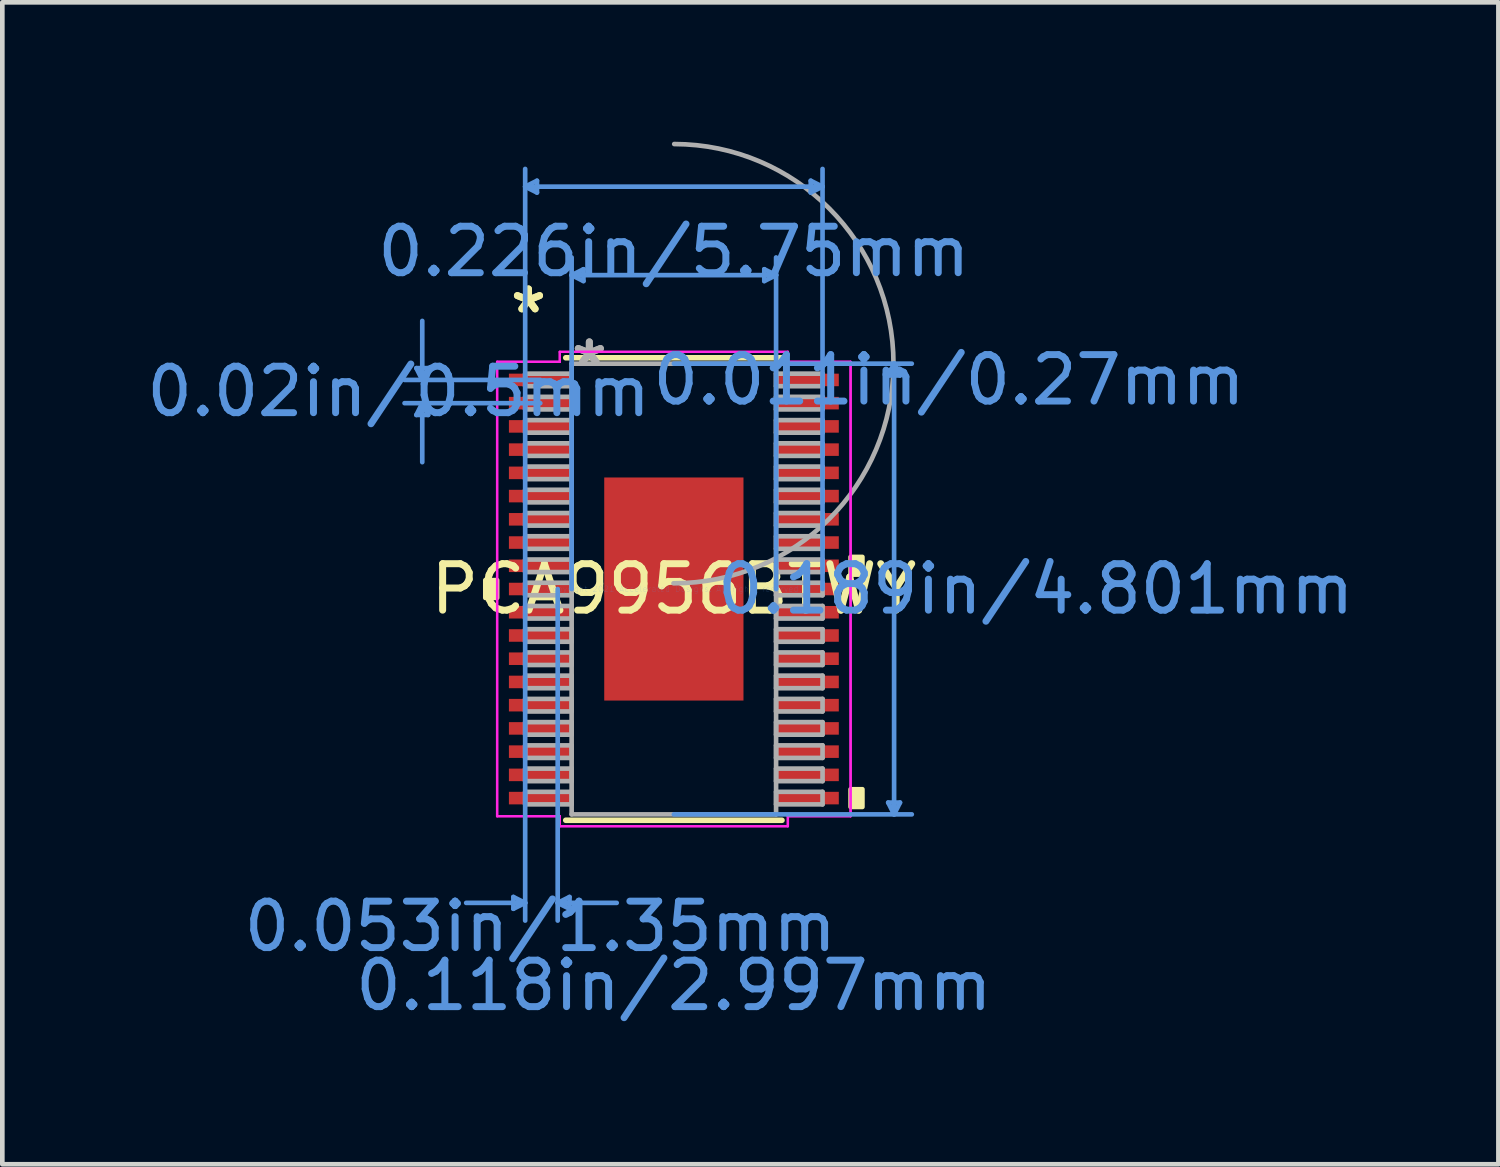
<source format=kicad_pcb>
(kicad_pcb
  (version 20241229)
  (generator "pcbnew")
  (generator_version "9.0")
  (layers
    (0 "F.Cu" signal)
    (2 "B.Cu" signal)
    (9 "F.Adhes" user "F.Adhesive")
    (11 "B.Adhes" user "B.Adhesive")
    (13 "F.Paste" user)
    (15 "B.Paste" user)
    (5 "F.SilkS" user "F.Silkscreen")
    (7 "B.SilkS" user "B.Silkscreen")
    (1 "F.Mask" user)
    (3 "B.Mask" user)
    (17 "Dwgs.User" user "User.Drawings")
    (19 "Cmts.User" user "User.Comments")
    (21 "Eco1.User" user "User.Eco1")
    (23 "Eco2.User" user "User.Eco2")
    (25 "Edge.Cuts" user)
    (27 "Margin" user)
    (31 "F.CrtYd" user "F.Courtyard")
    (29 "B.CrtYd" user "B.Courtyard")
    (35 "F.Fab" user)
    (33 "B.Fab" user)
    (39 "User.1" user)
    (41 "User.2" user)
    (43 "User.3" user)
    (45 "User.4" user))
  (footprint "PCA9956BTWY"
    (layer "F.Cu")
    (at 11.453 9.627)
    (property "Reference" "PCA9956BTWY" (at 0 0 0) (layer "F.SilkS") (effects (font (size 1 1) (thickness 0.15))))
    (attr through_hole)
    (fp_line (start -2.327 4.977) (end 2.327 4.977) (stroke (width 0.12) (type solid)) (layer "F.SilkS"))
    (fp_line (start 2.327 -4.977) (end -2.327 -4.977) (stroke (width 0.12) (type solid)) (layer "F.SilkS"))
    (fp_poly (pts (xy -4.058 -0.191) (xy -4.058 0.191) (xy -3.804 0.191) (xy -3.804 -0.191)) (stroke (width 0.1) (type solid)) (fill yes) (layer "F.SilkS"))
    (fp_poly (pts (xy 4.058 -0.691) (xy 4.058 -0.31) (xy 3.804 -0.31) (xy 3.804 -0.691)) (stroke (width 0.1) (type solid)) (fill yes) (layer "F.SilkS"))
    (fp_poly (pts (xy 4.058 4.309) (xy 4.058 4.69) (xy 3.804 4.69) (xy 3.804 4.309)) (stroke (width 0.1) (type solid)) (fill yes) (layer "F.SilkS"))
    (fp_poly (pts (xy -1.399 -2.3) (xy -1.399 -0.9) (xy -0.1 -0.9) (xy -0.1 -2.3)) (stroke (width 0.1) (type solid)) (fill yes) (layer "F.Paste"))
    (fp_poly (pts (xy -1.399 -0.7) (xy -1.399 0.7) (xy -0.1 0.7) (xy -0.1 -0.7)) (stroke (width 0.1) (type solid)) (fill yes) (layer "F.Paste"))
    (fp_poly (pts (xy -1.399 0.9) (xy -1.399 2.3) (xy -0.1 2.3) (xy -0.1 0.9)) (stroke (width 0.1) (type solid)) (fill yes) (layer "F.Paste"))
    (fp_poly (pts (xy 0.1 -2.3) (xy 0.1 -0.9) (xy 1.399 -0.9) (xy 1.399 -2.3)) (stroke (width 0.1) (type solid)) (fill yes) (layer "F.Paste"))
    (fp_poly (pts (xy 0.1 -0.7) (xy 0.1 0.7) (xy 1.399 0.7) (xy 1.399 -0.7)) (stroke (width 0.1) (type solid)) (fill yes) (layer "F.Paste"))
    (fp_poly (pts (xy 0.1 0.9) (xy 0.1 2.3) (xy 1.399 2.3) (xy 1.399 0.9)) (stroke (width 0.1) (type solid)) (fill yes) (layer "F.Paste"))
    (fp_line (start -5.542 -4.754) (end -5.288 -4.754) (stroke (width 0.1) (type solid)) (layer "Cmts.User"))
    (fp_line (start -5.542 -3.746) (end -5.288 -3.746) (stroke (width 0.1) (type solid)) (layer "Cmts.User"))
    (fp_line (start -5.415 -4.5) (end -5.542 -4.754) (stroke (width 0.1) (type solid)) (layer "Cmts.User"))
    (fp_line (start -5.415 -4.5) (end -5.415 -5.77) (stroke (width 0.1) (type solid)) (layer "Cmts.User"))
    (fp_line (start -5.415 -4.5) (end -5.288 -4.754) (stroke (width 0.1) (type solid)) (layer "Cmts.User"))
    (fp_line (start -5.415 -4) (end -5.542 -3.746) (stroke (width 0.1) (type solid)) (layer "Cmts.User"))
    (fp_line (start -5.415 -4) (end -5.415 -2.73) (stroke (width 0.1) (type solid)) (layer "Cmts.User"))
    (fp_line (start -5.415 -4) (end -5.288 -3.746) (stroke (width 0.1) (type solid)) (layer "Cmts.User"))
    (fp_line (start -3.454 6.628) (end -3.454 6.882) (stroke (width 0.1) (type solid)) (layer "Cmts.User"))
    (fp_line (start -3.2 -8.66) (end -2.946 -8.787) (stroke (width 0.1) (type solid)) (layer "Cmts.User"))
    (fp_line (start -3.2 -8.66) (end -2.946 -8.533) (stroke (width 0.1) (type solid)) (layer "Cmts.User"))
    (fp_line (start -3.2 -8.66) (end 3.2 -8.66) (stroke (width 0.1) (type solid)) (layer "Cmts.User"))
    (fp_line (start -3.2 0) (end -3.2 -9.041) (stroke (width 0.1) (type solid)) (layer "Cmts.User"))
    (fp_line (start -3.2 0) (end -3.2 7.136) (stroke (width 0.1) (type solid)) (layer "Cmts.User"))
    (fp_line (start -3.2 6.755) (end -4.47 6.755) (stroke (width 0.1) (type solid)) (layer "Cmts.User"))
    (fp_line (start -3.2 6.755) (end -3.454 6.628) (stroke (width 0.1) (type solid)) (layer "Cmts.User"))
    (fp_line (start -3.2 6.755) (end -3.454 6.882) (stroke (width 0.1) (type solid)) (layer "Cmts.User"))
    (fp_line (start -2.946 -8.787) (end -2.946 -8.533) (stroke (width 0.1) (type solid)) (layer "Cmts.User"))
    (fp_line (start -2.875 -4.5) (end -5.796 -4.5) (stroke (width 0.1) (type solid)) (layer "Cmts.User"))
    (fp_line (start -2.875 -4) (end -5.796 -4) (stroke (width 0.1) (type solid)) (layer "Cmts.User"))
    (fp_line (start -2.5 0) (end -2.5 7.136) (stroke (width 0.1) (type solid)) (layer "Cmts.User"))
    (fp_line (start -2.5 6.755) (end -2.246 6.628) (stroke (width 0.1) (type solid)) (layer "Cmts.User"))
    (fp_line (start -2.5 6.755) (end -2.246 6.882) (stroke (width 0.1) (type solid)) (layer "Cmts.User"))
    (fp_line (start -2.5 6.755) (end -1.23 6.755) (stroke (width 0.1) (type solid)) (layer "Cmts.User"))
    (fp_line (start -2.246 6.628) (end -2.246 6.882) (stroke (width 0.1) (type solid)) (layer "Cmts.User"))
    (fp_line (start -2.2 -6.755) (end -1.946 -6.882) (stroke (width 0.1) (type solid)) (layer "Cmts.User"))
    (fp_line (start -2.2 -6.755) (end -1.946 -6.628) (stroke (width 0.1) (type solid)) (layer "Cmts.User"))
    (fp_line (start -2.2 -6.755) (end 2.2 -6.755) (stroke (width 0.1) (type solid)) (layer "Cmts.User"))
    (fp_line (start -2.2 0) (end -2.2 -7.136) (stroke (width 0.1) (type solid)) (layer "Cmts.User"))
    (fp_line (start -1.946 -6.882) (end -1.946 -6.628) (stroke (width 0.1) (type solid)) (layer "Cmts.User"))
    (fp_line (start 0 -4.85) (end 5.121 -4.85) (stroke (width 0.1) (type solid)) (layer "Cmts.User"))
    (fp_line (start 0 4.85) (end 5.121 4.85) (stroke (width 0.1) (type solid)) (layer "Cmts.User"))
    (fp_line (start 1.946 -6.882) (end 1.946 -6.628) (stroke (width 0.1) (type solid)) (layer "Cmts.User"))
    (fp_line (start 2.2 -6.755) (end 1.946 -6.882) (stroke (width 0.1) (type solid)) (layer "Cmts.User"))
    (fp_line (start 2.2 -6.755) (end 1.946 -6.628) (stroke (width 0.1) (type solid)) (layer "Cmts.User"))
    (fp_line (start 2.2 0) (end 2.2 -7.136) (stroke (width 0.1) (type solid)) (layer "Cmts.User"))
    (fp_line (start 2.946 -8.787) (end 2.946 -8.533) (stroke (width 0.1) (type solid)) (layer "Cmts.User"))
    (fp_line (start 3.2 -8.66) (end 2.946 -8.787) (stroke (width 0.1) (type solid)) (layer "Cmts.User"))
    (fp_line (start 3.2 -8.66) (end 2.946 -8.533) (stroke (width 0.1) (type solid)) (layer "Cmts.User"))
    (fp_line (start 3.2 0) (end 3.2 -9.041) (stroke (width 0.1) (type solid)) (layer "Cmts.User"))
    (fp_line (start 4.613 -4.596) (end 4.867 -4.596) (stroke (width 0.1) (type solid)) (layer "Cmts.User"))
    (fp_line (start 4.613 4.596) (end 4.867 4.596) (stroke (width 0.1) (type solid)) (layer "Cmts.User"))
    (fp_line (start 4.74 -4.85) (end 4.613 -4.596) (stroke (width 0.1) (type solid)) (layer "Cmts.User"))
    (fp_line (start 4.74 -4.85) (end 4.74 4.85) (stroke (width 0.1) (type solid)) (layer "Cmts.User"))
    (fp_line (start 4.74 -4.85) (end 4.867 -4.596) (stroke (width 0.1) (type solid)) (layer "Cmts.User"))
    (fp_line (start 4.74 4.85) (end 4.613 4.596) (stroke (width 0.1) (type solid)) (layer "Cmts.User"))
    (fp_line (start 4.74 4.85) (end 4.867 4.596) (stroke (width 0.1) (type solid)) (layer "Cmts.User"))
    (fp_line (start -3.804 -4.889) (end -2.454 -4.889) (stroke (width 0.05) (type solid)) (layer "F.CrtYd"))
    (fp_line (start -3.804 -4.889) (end -2.454 -4.889) (stroke (width 0.05) (type solid)) (layer "F.CrtYd"))
    (fp_line (start -3.804 4.889) (end -3.804 -4.889) (stroke (width 0.05) (type solid)) (layer "F.CrtYd"))
    (fp_line (start -3.804 4.889) (end -3.804 -4.889) (stroke (width 0.05) (type solid)) (layer "F.CrtYd"))
    (fp_line (start -3.804 4.889) (end -2.454 4.889) (stroke (width 0.05) (type solid)) (layer "F.CrtYd"))
    (fp_line (start -2.454 -5.104) (end 2.454 -5.104) (stroke (width 0.05) (type solid)) (layer "F.CrtYd"))
    (fp_line (start -2.454 -5.104) (end 2.454 -5.104) (stroke (width 0.05) (type solid)) (layer "F.CrtYd"))
    (fp_line (start -2.454 -4.889) (end -2.454 -5.104) (stroke (width 0.05) (type solid)) (layer "F.CrtYd"))
    (fp_line (start -2.454 -4.889) (end -2.454 -5.104) (stroke (width 0.05) (type solid)) (layer "F.CrtYd"))
    (fp_line (start -2.454 4.889) (end -3.804 4.889) (stroke (width 0.05) (type solid)) (layer "F.CrtYd"))
    (fp_line (start -2.454 5.104) (end -2.454 4.889) (stroke (width 0.05) (type solid)) (layer "F.CrtYd"))
    (fp_line (start -2.454 5.104) (end -2.454 4.889) (stroke (width 0.05) (type solid)) (layer "F.CrtYd"))
    (fp_line (start 2.454 -5.104) (end 2.454 -4.889) (stroke (width 0.05) (type solid)) (layer "F.CrtYd"))
    (fp_line (start 2.454 -5.104) (end 2.454 -4.889) (stroke (width 0.05) (type solid)) (layer "F.CrtYd"))
    (fp_line (start 2.454 -4.889) (end 3.804 -4.889) (stroke (width 0.05) (type solid)) (layer "F.CrtYd"))
    (fp_line (start 2.454 4.889) (end 2.454 5.104) (stroke (width 0.05) (type solid)) (layer "F.CrtYd"))
    (fp_line (start 2.454 4.889) (end 2.454 5.104) (stroke (width 0.05) (type solid)) (layer "F.CrtYd"))
    (fp_line (start 2.454 5.104) (end -2.454 5.104) (stroke (width 0.05) (type solid)) (layer "F.CrtYd"))
    (fp_line (start 2.454 5.104) (end -2.454 5.104) (stroke (width 0.05) (type solid)) (layer "F.CrtYd"))
    (fp_line (start 3.804 -4.889) (end 2.454 -4.889) (stroke (width 0.05) (type solid)) (layer "F.CrtYd"))
    (fp_line (start 3.804 -4.889) (end 3.804 4.889) (stroke (width 0.05) (type solid)) (layer "F.CrtYd"))
    (fp_line (start 3.804 -4.889) (end 3.804 4.889) (stroke (width 0.05) (type solid)) (layer "F.CrtYd"))
    (fp_line (start 3.804 4.889) (end 2.454 4.889) (stroke (width 0.05) (type solid)) (layer "F.CrtYd"))
    (fp_line (start 3.804 4.889) (end 2.454 4.889) (stroke (width 0.05) (type solid)) (layer "F.CrtYd"))
    (fp_line (start -3.2 -4.635) (end -3.2 -4.365) (stroke (width 0.1) (type solid)) (layer "F.Fab"))
    (fp_line (start -3.2 -4.365) (end -2.2 -4.365) (stroke (width 0.1) (type solid)) (layer "F.Fab"))
    (fp_line (start -3.2 -4.135) (end -3.2 -3.865) (stroke (width 0.1) (type solid)) (layer "F.Fab"))
    (fp_line (start -3.2 -3.865) (end -2.2 -3.865) (stroke (width 0.1) (type solid)) (layer "F.Fab"))
    (fp_line (start -3.2 -3.635) (end -3.2 -3.365) (stroke (width 0.1) (type solid)) (layer "F.Fab"))
    (fp_line (start -3.2 -3.365) (end -2.2 -3.365) (stroke (width 0.1) (type solid)) (layer "F.Fab"))
    (fp_line (start -3.2 -3.135) (end -3.2 -2.865) (stroke (width 0.1) (type solid)) (layer "F.Fab"))
    (fp_line (start -3.2 -2.865) (end -2.2 -2.865) (stroke (width 0.1) (type solid)) (layer "F.Fab"))
    (fp_line (start -3.2 -2.635) (end -3.2 -2.365) (stroke (width 0.1) (type solid)) (layer "F.Fab"))
    (fp_line (start -3.2 -2.365) (end -2.2 -2.365) (stroke (width 0.1) (type solid)) (layer "F.Fab"))
    (fp_line (start -3.2 -2.135) (end -3.2 -1.865) (stroke (width 0.1) (type solid)) (layer "F.Fab"))
    (fp_line (start -3.2 -1.865) (end -2.2 -1.865) (stroke (width 0.1) (type solid)) (layer "F.Fab"))
    (fp_line (start -3.2 -1.635) (end -3.2 -1.365) (stroke (width 0.1) (type solid)) (layer "F.Fab"))
    (fp_line (start -3.2 -1.365) (end -2.2 -1.365) (stroke (width 0.1) (type solid)) (layer "F.Fab"))
    (fp_line (start -3.2 -1.135) (end -3.2 -0.865) (stroke (width 0.1) (type solid)) (layer "F.Fab"))
    (fp_line (start -3.2 -0.865) (end -2.2 -0.865) (stroke (width 0.1) (type solid)) (layer "F.Fab"))
    (fp_line (start -3.2 -0.635) (end -3.2 -0.365) (stroke (width 0.1) (type solid)) (layer "F.Fab"))
    (fp_line (start -3.2 -0.365) (end -2.2 -0.365) (stroke (width 0.1) (type solid)) (layer "F.Fab"))
    (fp_line (start -3.2 -0.135) (end -3.2 0.135) (stroke (width 0.1) (type solid)) (layer "F.Fab"))
    (fp_line (start -3.2 0.135) (end -2.2 0.135) (stroke (width 0.1) (type solid)) (layer "F.Fab"))
    (fp_line (start -3.2 0.365) (end -3.2 0.635) (stroke (width 0.1) (type solid)) (layer "F.Fab"))
    (fp_line (start -3.2 0.635) (end -2.2 0.635) (stroke (width 0.1) (type solid)) (layer "F.Fab"))
    (fp_line (start -3.2 0.865) (end -3.2 1.135) (stroke (width 0.1) (type solid)) (layer "F.Fab"))
    (fp_line (start -3.2 1.135) (end -2.2 1.135) (stroke (width 0.1) (type solid)) (layer "F.Fab"))
    (fp_line (start -3.2 1.365) (end -3.2 1.635) (stroke (width 0.1) (type solid)) (layer "F.Fab"))
    (fp_line (start -3.2 1.635) (end -2.2 1.635) (stroke (width 0.1) (type solid)) (layer "F.Fab"))
    (fp_line (start -3.2 1.865) (end -3.2 2.135) (stroke (width 0.1) (type solid)) (layer "F.Fab"))
    (fp_line (start -3.2 2.135) (end -2.2 2.135) (stroke (width 0.1) (type solid)) (layer "F.Fab"))
    (fp_line (start -3.2 2.365) (end -3.2 2.635) (stroke (width 0.1) (type solid)) (layer "F.Fab"))
    (fp_line (start -3.2 2.635) (end -2.2 2.635) (stroke (width 0.1) (type solid)) (layer "F.Fab"))
    (fp_line (start -3.2 2.865) (end -3.2 3.135) (stroke (width 0.1) (type solid)) (layer "F.Fab"))
    (fp_line (start -3.2 3.135) (end -2.2 3.135) (stroke (width 0.1) (type solid)) (layer "F.Fab"))
    (fp_line (start -3.2 3.365) (end -3.2 3.635) (stroke (width 0.1) (type solid)) (layer "F.Fab"))
    (fp_line (start -3.2 3.635) (end -2.2 3.635) (stroke (width 0.1) (type solid)) (layer "F.Fab"))
    (fp_line (start -3.2 3.865) (end -3.2 4.135) (stroke (width 0.1) (type solid)) (layer "F.Fab"))
    (fp_line (start -3.2 4.135) (end -2.2 4.135) (stroke (width 0.1) (type solid)) (layer "F.Fab"))
    (fp_line (start -3.2 4.365) (end -3.2 4.635) (stroke (width 0.1) (type solid)) (layer "F.Fab"))
    (fp_line (start -3.2 4.635) (end -2.2 4.635) (stroke (width 0.1) (type solid)) (layer "F.Fab"))
    (fp_line (start -2.2 -4.85) (end -2.2 4.85) (stroke (width 0.1) (type solid)) (layer "F.Fab"))
    (fp_line (start -2.2 -4.635) (end -3.2 -4.635) (stroke (width 0.1) (type solid)) (layer "F.Fab"))
    (fp_line (start -2.2 -4.365) (end -2.2 -4.635) (stroke (width 0.1) (type solid)) (layer "F.Fab"))
    (fp_line (start -2.2 -4.135) (end -3.2 -4.135) (stroke (width 0.1) (type solid)) (layer "F.Fab"))
    (fp_line (start -2.2 -3.865) (end -2.2 -4.135) (stroke (width 0.1) (type solid)) (layer "F.Fab"))
    (fp_line (start -2.2 -3.635) (end -3.2 -3.635) (stroke (width 0.1) (type solid)) (layer "F.Fab"))
    (fp_line (start -2.2 -3.365) (end -2.2 -3.635) (stroke (width 0.1) (type solid)) (layer "F.Fab"))
    (fp_line (start -2.2 -3.135) (end -3.2 -3.135) (stroke (width 0.1) (type solid)) (layer "F.Fab"))
    (fp_line (start -2.2 -2.865) (end -2.2 -3.135) (stroke (width 0.1) (type solid)) (layer "F.Fab"))
    (fp_line (start -2.2 -2.635) (end -3.2 -2.635) (stroke (width 0.1) (type solid)) (layer "F.Fab"))
    (fp_line (start -2.2 -2.365) (end -2.2 -2.635) (stroke (width 0.1) (type solid)) (layer "F.Fab"))
    (fp_line (start -2.2 -2.135) (end -3.2 -2.135) (stroke (width 0.1) (type solid)) (layer "F.Fab"))
    (fp_line (start -2.2 -1.865) (end -2.2 -2.135) (stroke (width 0.1) (type solid)) (layer "F.Fab"))
    (fp_line (start -2.2 -1.635) (end -3.2 -1.635) (stroke (width 0.1) (type solid)) (layer "F.Fab"))
    (fp_line (start -2.2 -1.365) (end -2.2 -1.635) (stroke (width 0.1) (type solid)) (layer "F.Fab"))
    (fp_line (start -2.2 -1.135) (end -3.2 -1.135) (stroke (width 0.1) (type solid)) (layer "F.Fab"))
    (fp_line (start -2.2 -0.865) (end -2.2 -1.135) (stroke (width 0.1) (type solid)) (layer "F.Fab"))
    (fp_line (start -2.2 -0.635) (end -3.2 -0.635) (stroke (width 0.1) (type solid)) (layer "F.Fab"))
    (fp_line (start -2.2 -0.365) (end -2.2 -0.635) (stroke (width 0.1) (type solid)) (layer "F.Fab"))
    (fp_line (start -2.2 -0.135) (end -3.2 -0.135) (stroke (width 0.1) (type solid)) (layer "F.Fab"))
    (fp_line (start -2.2 0.135) (end -2.2 -0.135) (stroke (width 0.1) (type solid)) (layer "F.Fab"))
    (fp_line (start -2.2 0.365) (end -3.2 0.365) (stroke (width 0.1) (type solid)) (layer "F.Fab"))
    (fp_line (start -2.2 0.635) (end -2.2 0.365) (stroke (width 0.1) (type solid)) (layer "F.Fab"))
    (fp_line (start -2.2 0.865) (end -3.2 0.865) (stroke (width 0.1) (type solid)) (layer "F.Fab"))
    (fp_line (start -2.2 1.135) (end -2.2 0.865) (stroke (width 0.1) (type solid)) (layer "F.Fab"))
    (fp_line (start -2.2 1.365) (end -3.2 1.365) (stroke (width 0.1) (type solid)) (layer "F.Fab"))
    (fp_line (start -2.2 1.635) (end -2.2 1.365) (stroke (width 0.1) (type solid)) (layer "F.Fab"))
    (fp_line (start -2.2 1.865) (end -3.2 1.865) (stroke (width 0.1) (type solid)) (layer "F.Fab"))
    (fp_line (start -2.2 2.135) (end -2.2 1.865) (stroke (width 0.1) (type solid)) (layer "F.Fab"))
    (fp_line (start -2.2 2.365) (end -3.2 2.365) (stroke (width 0.1) (type solid)) (layer "F.Fab"))
    (fp_line (start -2.2 2.635) (end -2.2 2.365) (stroke (width 0.1) (type solid)) (layer "F.Fab"))
    (fp_line (start -2.2 2.865) (end -3.2 2.865) (stroke (width 0.1) (type solid)) (layer "F.Fab"))
    (fp_line (start -2.2 3.135) (end -2.2 2.865) (stroke (width 0.1) (type solid)) (layer "F.Fab"))
    (fp_line (start -2.2 3.365) (end -3.2 3.365) (stroke (width 0.1) (type solid)) (layer "F.Fab"))
    (fp_line (start -2.2 3.635) (end -2.2 3.365) (stroke (width 0.1) (type solid)) (layer "F.Fab"))
    (fp_line (start -2.2 3.865) (end -3.2 3.865) (stroke (width 0.1) (type solid)) (layer "F.Fab"))
    (fp_line (start -2.2 4.135) (end -2.2 3.865) (stroke (width 0.1) (type solid)) (layer "F.Fab"))
    (fp_line (start -2.2 4.365) (end -3.2 4.365) (stroke (width 0.1) (type solid)) (layer "F.Fab"))
    (fp_line (start -2.2 4.635) (end -2.2 4.365) (stroke (width 0.1) (type solid)) (layer "F.Fab"))
    (fp_line (start -2.2 4.85) (end 2.2 4.85) (stroke (width 0.1) (type solid)) (layer "F.Fab"))
    (fp_line (start 2.2 -4.85) (end -2.2 -4.85) (stroke (width 0.1) (type solid)) (layer "F.Fab"))
    (fp_line (start 2.2 -4.635) (end 2.2 -4.365) (stroke (width 0.1) (type solid)) (layer "F.Fab"))
    (fp_line (start 2.2 -4.365) (end 3.2 -4.365) (stroke (width 0.1) (type solid)) (layer "F.Fab"))
    (fp_line (start 2.2 -4.135) (end 2.2 -3.865) (stroke (width 0.1) (type solid)) (layer "F.Fab"))
    (fp_line (start 2.2 -3.865) (end 3.2 -3.865) (stroke (width 0.1) (type solid)) (layer "F.Fab"))
    (fp_line (start 2.2 -3.635) (end 2.2 -3.365) (stroke (width 0.1) (type solid)) (layer "F.Fab"))
    (fp_line (start 2.2 -3.365) (end 3.2 -3.365) (stroke (width 0.1) (type solid)) (layer "F.Fab"))
    (fp_line (start 2.2 -3.135) (end 2.2 -2.865) (stroke (width 0.1) (type solid)) (layer "F.Fab"))
    (fp_line (start 2.2 -2.865) (end 3.2 -2.865) (stroke (width 0.1) (type solid)) (layer "F.Fab"))
    (fp_line (start 2.2 -2.635) (end 2.2 -2.365) (stroke (width 0.1) (type solid)) (layer "F.Fab"))
    (fp_line (start 2.2 -2.365) (end 3.2 -2.365) (stroke (width 0.1) (type solid)) (layer "F.Fab"))
    (fp_line (start 2.2 -2.135) (end 2.2 -1.865) (stroke (width 0.1) (type solid)) (layer "F.Fab"))
    (fp_line (start 2.2 -1.865) (end 3.2 -1.865) (stroke (width 0.1) (type solid)) (layer "F.Fab"))
    (fp_line (start 2.2 -1.635) (end 2.2 -1.365) (stroke (width 0.1) (type solid)) (layer "F.Fab"))
    (fp_line (start 2.2 -1.365) (end 3.2 -1.365) (stroke (width 0.1) (type solid)) (layer "F.Fab"))
    (fp_line (start 2.2 -1.135) (end 2.2 -0.865) (stroke (width 0.1) (type solid)) (layer "F.Fab"))
    (fp_line (start 2.2 -0.865) (end 3.2 -0.865) (stroke (width 0.1) (type solid)) (layer "F.Fab"))
    (fp_line (start 2.2 -0.635) (end 2.2 -0.365) (stroke (width 0.1) (type solid)) (layer "F.Fab"))
    (fp_line (start 2.2 -0.365) (end 3.2 -0.365) (stroke (width 0.1) (type solid)) (layer "F.Fab"))
    (fp_line (start 2.2 -0.135) (end 2.2 0.135) (stroke (width 0.1) (type solid)) (layer "F.Fab"))
    (fp_line (start 2.2 0.135) (end 3.2 0.135) (stroke (width 0.1) (type solid)) (layer "F.Fab"))
    (fp_line (start 2.2 0.365) (end 2.2 0.635) (stroke (width 0.1) (type solid)) (layer "F.Fab"))
    (fp_line (start 2.2 0.635) (end 3.2 0.635) (stroke (width 0.1) (type solid)) (layer "F.Fab"))
    (fp_line (start 2.2 0.865) (end 2.2 1.135) (stroke (width 0.1) (type solid)) (layer "F.Fab"))
    (fp_line (start 2.2 1.135) (end 3.2 1.135) (stroke (width 0.1) (type solid)) (layer "F.Fab"))
    (fp_line (start 2.2 1.365) (end 2.2 1.635) (stroke (width 0.1) (type solid)) (layer "F.Fab"))
    (fp_line (start 2.2 1.635) (end 3.2 1.635) (stroke (width 0.1) (type solid)) (layer "F.Fab"))
    (fp_line (start 2.2 1.865) (end 2.2 2.135) (stroke (width 0.1) (type solid)) (layer "F.Fab"))
    (fp_line (start 2.2 2.135) (end 3.2 2.135) (stroke (width 0.1) (type solid)) (layer "F.Fab"))
    (fp_line (start 2.2 2.365) (end 2.2 2.635) (stroke (width 0.1) (type solid)) (layer "F.Fab"))
    (fp_line (start 2.2 2.635) (end 3.2 2.635) (stroke (width 0.1) (type solid)) (layer "F.Fab"))
    (fp_line (start 2.2 2.865) (end 2.2 3.135) (stroke (width 0.1) (type solid)) (layer "F.Fab"))
    (fp_line (start 2.2 3.135) (end 3.2 3.135) (stroke (width 0.1) (type solid)) (layer "F.Fab"))
    (fp_line (start 2.2 3.365) (end 2.2 3.635) (stroke (width 0.1) (type solid)) (layer "F.Fab"))
    (fp_line (start 2.2 3.635) (end 3.2 3.635) (stroke (width 0.1) (type solid)) (layer "F.Fab"))
    (fp_line (start 2.2 3.865) (end 2.2 4.135) (stroke (width 0.1) (type solid)) (layer "F.Fab"))
    (fp_line (start 2.2 4.135) (end 3.2 4.135) (stroke (width 0.1) (type solid)) (layer "F.Fab"))
    (fp_line (start 2.2 4.365) (end 2.2 4.635) (stroke (width 0.1) (type solid)) (layer "F.Fab"))
    (fp_line (start 2.2 4.635) (end 3.2 4.635) (stroke (width 0.1) (type solid)) (layer "F.Fab"))
    (fp_line (start 2.2 4.85) (end 2.2 -4.85) (stroke (width 0.1) (type solid)) (layer "F.Fab"))
    (fp_line (start 3.2 -4.635) (end 2.2 -4.635) (stroke (width 0.1) (type solid)) (layer "F.Fab"))
    (fp_line (start 3.2 -4.365) (end 3.2 -4.635) (stroke (width 0.1) (type solid)) (layer "F.Fab"))
    (fp_line (start 3.2 -4.135) (end 2.2 -4.135) (stroke (width 0.1) (type solid)) (layer "F.Fab"))
    (fp_line (start 3.2 -3.865) (end 3.2 -4.135) (stroke (width 0.1) (type solid)) (layer "F.Fab"))
    (fp_line (start 3.2 -3.635) (end 2.2 -3.635) (stroke (width 0.1) (type solid)) (layer "F.Fab"))
    (fp_line (start 3.2 -3.365) (end 3.2 -3.635) (stroke (width 0.1) (type solid)) (layer "F.Fab"))
    (fp_line (start 3.2 -3.135) (end 2.2 -3.135) (stroke (width 0.1) (type solid)) (layer "F.Fab"))
    (fp_line (start 3.2 -2.865) (end 3.2 -3.135) (stroke (width 0.1) (type solid)) (layer "F.Fab"))
    (fp_line (start 3.2 -2.635) (end 2.2 -2.635) (stroke (width 0.1) (type solid)) (layer "F.Fab"))
    (fp_line (start 3.2 -2.365) (end 3.2 -2.635) (stroke (width 0.1) (type solid)) (layer "F.Fab"))
    (fp_line (start 3.2 -2.135) (end 2.2 -2.135) (stroke (width 0.1) (type solid)) (layer "F.Fab"))
    (fp_line (start 3.2 -1.865) (end 3.2 -2.135) (stroke (width 0.1) (type solid)) (layer "F.Fab"))
    (fp_line (start 3.2 -1.635) (end 2.2 -1.635) (stroke (width 0.1) (type solid)) (layer "F.Fab"))
    (fp_line (start 3.2 -1.365) (end 3.2 -1.635) (stroke (width 0.1) (type solid)) (layer "F.Fab"))
    (fp_line (start 3.2 -1.135) (end 2.2 -1.135) (stroke (width 0.1) (type solid)) (layer "F.Fab"))
    (fp_line (start 3.2 -0.865) (end 3.2 -1.135) (stroke (width 0.1) (type solid)) (layer "F.Fab"))
    (fp_line (start 3.2 -0.635) (end 2.2 -0.635) (stroke (width 0.1) (type solid)) (layer "F.Fab"))
    (fp_line (start 3.2 -0.365) (end 3.2 -0.635) (stroke (width 0.1) (type solid)) (layer "F.Fab"))
    (fp_line (start 3.2 -0.135) (end 2.2 -0.135) (stroke (width 0.1) (type solid)) (layer "F.Fab"))
    (fp_line (start 3.2 0.135) (end 3.2 -0.135) (stroke (width 0.1) (type solid)) (layer "F.Fab"))
    (fp_line (start 3.2 0.365) (end 2.2 0.365) (stroke (width 0.1) (type solid)) (layer "F.Fab"))
    (fp_line (start 3.2 0.635) (end 3.2 0.365) (stroke (width 0.1) (type solid)) (layer "F.Fab"))
    (fp_line (start 3.2 0.865) (end 2.2 0.865) (stroke (width 0.1) (type solid)) (layer "F.Fab"))
    (fp_line (start 3.2 1.135) (end 3.2 0.865) (stroke (width 0.1) (type solid)) (layer "F.Fab"))
    (fp_line (start 3.2 1.365) (end 2.2 1.365) (stroke (width 0.1) (type solid)) (layer "F.Fab"))
    (fp_line (start 3.2 1.635) (end 3.2 1.365) (stroke (width 0.1) (type solid)) (layer "F.Fab"))
    (fp_line (start 3.2 1.865) (end 2.2 1.865) (stroke (width 0.1) (type solid)) (layer "F.Fab"))
    (fp_line (start 3.2 2.135) (end 3.2 1.865) (stroke (width 0.1) (type solid)) (layer "F.Fab"))
    (fp_line (start 3.2 2.365) (end 2.2 2.365) (stroke (width 0.1) (type solid)) (layer "F.Fab"))
    (fp_line (start 3.2 2.635) (end 3.2 2.365) (stroke (width 0.1) (type solid)) (layer "F.Fab"))
    (fp_line (start 3.2 2.865) (end 2.2 2.865) (stroke (width 0.1) (type solid)) (layer "F.Fab"))
    (fp_line (start 3.2 3.135) (end 3.2 2.865) (stroke (width 0.1) (type solid)) (layer "F.Fab"))
    (fp_line (start 3.2 3.365) (end 2.2 3.365) (stroke (width 0.1) (type solid)) (layer "F.Fab"))
    (fp_line (start 3.2 3.635) (end 3.2 3.365) (stroke (width 0.1) (type solid)) (layer "F.Fab"))
    (fp_line (start 3.2 3.865) (end 2.2 3.865) (stroke (width 0.1) (type solid)) (layer "F.Fab"))
    (fp_line (start 3.2 4.135) (end 3.2 3.865) (stroke (width 0.1) (type solid)) (layer "F.Fab"))
    (fp_line (start 3.2 4.365) (end 2.2 4.365) (stroke (width 0.1) (type solid)) (layer "F.Fab"))
    (fp_line (start 3.2 4.635) (end 3.2 4.365) (stroke (width 0.1) (type solid)) (layer "F.Fab"))
    (fp_arc (start 0.007742 -9.57681) (mid 4.72681 -4.842258) (end -0.007742 -0.12319) (stroke (width 0.1) (type solid)) (layer "F.Fab"))
    (fp_text user "*" (at -3.129 -5.913 0) (layer "F.SilkS") (effects (font (size 1 1) (thickness 0.15))))
    (fp_text user "*" (at -3.129 -5.913 0) (layer "F.SilkS") (effects (font (size 1 1) (thickness 0.15))))
    (fp_text user "0.011in/0.27mm" (at 5.923 -4.5 0) (layer "Cmts.User") (effects (font (size 1 1) (thickness 0.15))))
    (fp_text user "0.118in/2.997mm" (at 0 8.533 0) (layer "Cmts.User") (effects (font (size 1 1) (thickness 0.15))))
    (fp_text user "0.053in/1.35mm" (at -2.875 7.263 0) (layer "Cmts.User") (effects (font (size 1 1) (thickness 0.15))))
    (fp_text user "Copyright 2021 Accelerated Designs. All rights reserved." (at 0 0 0) (layer "Cmts.User") (effects (font (size 0.127 0.127) (thickness 0.002))))
    (fp_text user "0.226in/5.75mm" (at 0 -7.263 0) (layer "Cmts.User") (effects (font (size 1 1) (thickness 0.15))))
    (fp_text user "0.02in/0.5mm" (at -5.923 -4.25 0) (layer "Cmts.User") (effects (font (size 1 1) (thickness 0.15))))
    (fp_text user "0.189in/4.801mm" (at 7.788 0 0) (layer "Cmts.User") (effects (font (size 1 1) (thickness 0.15))))
    (fp_text user "*" (at -1.819 -4.774 0) (layer "F.Fab") (effects (font (size 1 1) (thickness 0.15))))
    (fp_text user "*" (at -1.819 -4.774 0) (layer "F.Fab") (effects (font (size 1 1) (thickness 0.15))))
    (pad "1" smd rect (at -2.875 -4.5) (size 1.35 0.27) (layers "F.Cu" "F.Mask" "F.Paste"))
    (pad "2" smd rect (at -2.875 -4) (size 1.35 0.27) (layers "F.Cu" "F.Mask" "F.Paste"))
    (pad "3" smd rect (at -2.875 -3.5) (size 1.35 0.27) (layers "F.Cu" "F.Mask" "F.Paste"))
    (pad "4" smd rect (at -2.875 -3) (size 1.35 0.27) (layers "F.Cu" "F.Mask" "F.Paste"))
    (pad "5" smd rect (at -2.875 -2.5) (size 1.35 0.27) (layers "F.Cu" "F.Mask" "F.Paste"))
    (pad "6" smd rect (at -2.875 -2) (size 1.35 0.27) (layers "F.Cu" "F.Mask" "F.Paste"))
    (pad "7" smd rect (at -2.875 -1.5) (size 1.35 0.27) (layers "F.Cu" "F.Mask" "F.Paste"))
    (pad "8" smd rect (at -2.875 -1) (size 1.35 0.27) (layers "F.Cu" "F.Mask" "F.Paste"))
    (pad "9" smd rect (at -2.875 -0.5) (size 1.35 0.27) (layers "F.Cu" "F.Mask" "F.Paste"))
    (pad "10" smd rect (at -2.875 0) (size 1.35 0.27) (layers "F.Cu" "F.Mask" "F.Paste"))
    (pad "11" smd rect (at -2.875 0.5) (size 1.35 0.27) (layers "F.Cu" "F.Mask" "F.Paste"))
    (pad "12" smd rect (at -2.875 1) (size 1.35 0.27) (layers "F.Cu" "F.Mask" "F.Paste"))
    (pad "13" smd rect (at -2.875 1.5) (size 1.35 0.27) (layers "F.Cu" "F.Mask" "F.Paste"))
    (pad "14" smd rect (at -2.875 2) (size 1.35 0.27) (layers "F.Cu" "F.Mask" "F.Paste"))
    (pad "15" smd rect (at -2.875 2.5) (size 1.35 0.27) (layers "F.Cu" "F.Mask" "F.Paste"))
    (pad "16" smd rect (at -2.875 3) (size 1.35 0.27) (layers "F.Cu" "F.Mask" "F.Paste"))
    (pad "17" smd rect (at -2.875 3.5) (size 1.35 0.27) (layers "F.Cu" "F.Mask" "F.Paste"))
    (pad "18" smd rect (at -2.875 4) (size 1.35 0.27) (layers "F.Cu" "F.Mask" "F.Paste"))
    (pad "19" smd rect (at -2.875 4.5) (size 1.35 0.27) (layers "F.Cu" "F.Mask" "F.Paste"))
    (pad "20" smd rect (at 2.875 4.5) (size 1.35 0.27) (layers "F.Cu" "F.Mask" "F.Paste"))
    (pad "21" smd rect (at 2.875 4) (size 1.35 0.27) (layers "F.Cu" "F.Mask" "F.Paste"))
    (pad "22" smd rect (at 2.875 3.5) (size 1.35 0.27) (layers "F.Cu" "F.Mask" "F.Paste"))
    (pad "23" smd rect (at 2.875 3) (size 1.35 0.27) (layers "F.Cu" "F.Mask" "F.Paste"))
    (pad "24" smd rect (at 2.875 2.5) (size 1.35 0.27) (layers "F.Cu" "F.Mask" "F.Paste"))
    (pad "25" smd rect (at 2.875 2) (size 1.35 0.27) (layers "F.Cu" "F.Mask" "F.Paste"))
    (pad "26" smd rect (at 2.875 1.5) (size 1.35 0.27) (layers "F.Cu" "F.Mask" "F.Paste"))
    (pad "27" smd rect (at 2.875 1) (size 1.35 0.27) (layers "F.Cu" "F.Mask" "F.Paste"))
    (pad "28" smd rect (at 2.875 0.5) (size 1.35 0.27) (layers "F.Cu" "F.Mask" "F.Paste"))
    (pad "29" smd rect (at 2.875 0) (size 1.35 0.27) (layers "F.Cu" "F.Mask" "F.Paste"))
    (pad "30" smd rect (at 2.875 -0.5) (size 1.35 0.27) (layers "F.Cu" "F.Mask" "F.Paste"))
    (pad "31" smd rect (at 2.875 -1) (size 1.35 0.27) (layers "F.Cu" "F.Mask" "F.Paste"))
    (pad "32" smd rect (at 2.875 -1.5) (size 1.35 0.27) (layers "F.Cu" "F.Mask" "F.Paste"))
    (pad "33" smd rect (at 2.875 -2) (size 1.35 0.27) (layers "F.Cu" "F.Mask" "F.Paste"))
    (pad "34" smd rect (at 2.875 -2.5) (size 1.35 0.27) (layers "F.Cu" "F.Mask" "F.Paste"))
    (pad "35" smd rect (at 2.875 -3) (size 1.35 0.27) (layers "F.Cu" "F.Mask" "F.Paste"))
    (pad "36" smd rect (at 2.875 -3.5) (size 1.35 0.27) (layers "F.Cu" "F.Mask" "F.Paste"))
    (pad "37" smd rect (at 2.875 -4) (size 1.35 0.27) (layers "F.Cu" "F.Mask" "F.Paste"))
    (pad "38" smd rect (at 2.875 -4.5) (size 1.35 0.27) (layers "F.Cu" "F.Mask" "F.Paste"))
    (pad "EPAD" smd rect (at 0 0) (size 2.997 4.801) (layers "F.Cu" "F.Mask")))
  (gr_rect
    (start -3 -3)
    (end 29.199 22.008)
    (stroke (width 0.1) (type default))
    (fill no)
    (layer "Edge.Cuts")))
</source>
